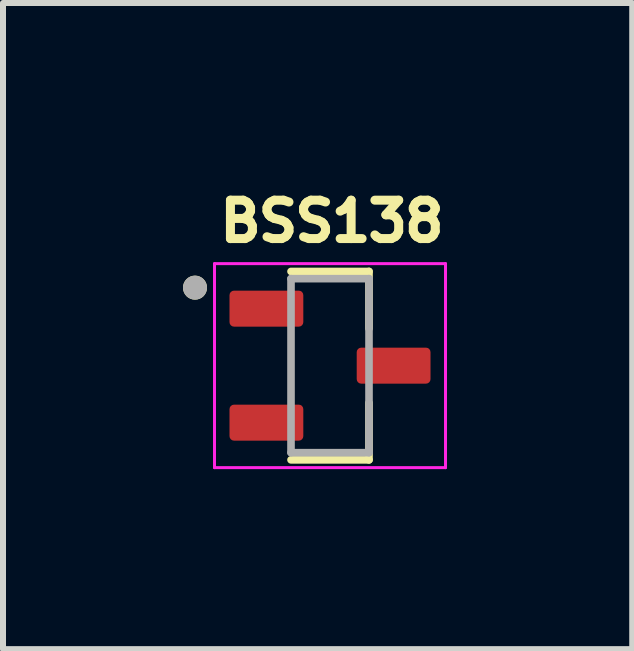
<source format=kicad_pcb>
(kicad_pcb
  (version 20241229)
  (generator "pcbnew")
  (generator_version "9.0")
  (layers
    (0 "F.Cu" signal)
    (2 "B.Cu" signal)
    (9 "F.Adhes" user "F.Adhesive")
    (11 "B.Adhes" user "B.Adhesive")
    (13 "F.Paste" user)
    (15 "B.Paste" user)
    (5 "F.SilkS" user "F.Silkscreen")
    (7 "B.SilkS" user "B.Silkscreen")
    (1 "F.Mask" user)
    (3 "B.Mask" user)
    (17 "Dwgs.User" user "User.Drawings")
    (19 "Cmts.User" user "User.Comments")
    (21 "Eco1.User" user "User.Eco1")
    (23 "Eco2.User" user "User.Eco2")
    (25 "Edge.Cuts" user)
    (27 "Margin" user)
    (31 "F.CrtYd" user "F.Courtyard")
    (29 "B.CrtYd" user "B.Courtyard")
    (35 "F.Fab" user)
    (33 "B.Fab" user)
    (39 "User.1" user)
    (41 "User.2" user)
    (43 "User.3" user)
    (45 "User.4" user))
  (footprint "BSS138"
    (layer "F.Cu")
    (at 2.45 3.044)
    (property "Reference" "BSS138" (at 0.032 -2.406 0) (layer "F.SilkS") (effects (font (size 0.64 0.64) (thickness 0.15))))
    (attr smd)
    (fp_line (start -0.65 -1.57) (end 0.65 -1.57) (stroke (width 0.127) (type solid)) (layer "F.SilkS"))
    (fp_line (start -0.65 1.57) (end 0.65 1.57) (stroke (width 0.127) (type solid)) (layer "F.SilkS"))
    (fp_line (start 0.65 -1.57) (end 0.65 -0.62) (stroke (width 0.127) (type solid)) (layer "F.SilkS"))
    (fp_line (start 0.65 1.57) (end 0.65 0.62) (stroke (width 0.127) (type solid)) (layer "F.SilkS"))
    (fp_circle (center -2.25 -1.3) (end -2.15 -1.3) (stroke (width 0.2) (type solid)) (fill no) (layer "F.SilkS"))
    (fp_line (start -1.925 -1.7) (end 1.925 -1.7) (stroke (width 0.05) (type solid)) (layer "F.CrtYd"))
    (fp_line (start -1.925 1.7) (end -1.925 -1.7) (stroke (width 0.05) (type solid)) (layer "F.CrtYd"))
    (fp_line (start 1.925 1.7) (end -1.925 1.7) (stroke (width 0.05) (type solid)) (layer "F.CrtYd"))
    (fp_line (start 1.925 1.7) (end 1.925 -1.7) (stroke (width 0.05) (type solid)) (layer "F.CrtYd"))
    (fp_line (start -0.65 -1.45) (end 0.65 -1.45) (stroke (width 0.127) (type solid)) (layer "F.Fab"))
    (fp_line (start -0.65 1.45) (end -0.65 -1.45) (stroke (width 0.127) (type solid)) (layer "F.Fab"))
    (fp_line (start 0.65 -1.45) (end 0.65 1.45) (stroke (width 0.127) (type solid)) (layer "F.Fab"))
    (fp_line (start 0.65 1.45) (end -0.65 1.45) (stroke (width 0.127) (type solid)) (layer "F.Fab"))
    (fp_circle (center -2.25 -1.3) (end -2.15 -1.3) (stroke (width 0.2) (type solid)) (fill no) (layer "F.Fab"))
    (pad "1" smd roundrect (at -1.06 -0.95) (size 1.23 0.6) (layers "F.Cu" "F.Mask" "F.Paste") (roundrect_rratio 0.125))
    (pad "2" smd roundrect (at -1.06 0.95) (size 1.23 0.6) (layers "F.Cu" "F.Mask" "F.Paste") (roundrect_rratio 0.125))
    (pad "3" smd roundrect (at 1.06 0) (size 1.23 0.6) (layers "F.Cu" "F.Mask" "F.Paste") (roundrect_rratio 0.125)))
  (gr_rect
    (start -3 -3)
    (end 7.487 7.769)
    (stroke (width 0.1) (type default))
    (fill no)
    (layer "Edge.Cuts")))
</source>
